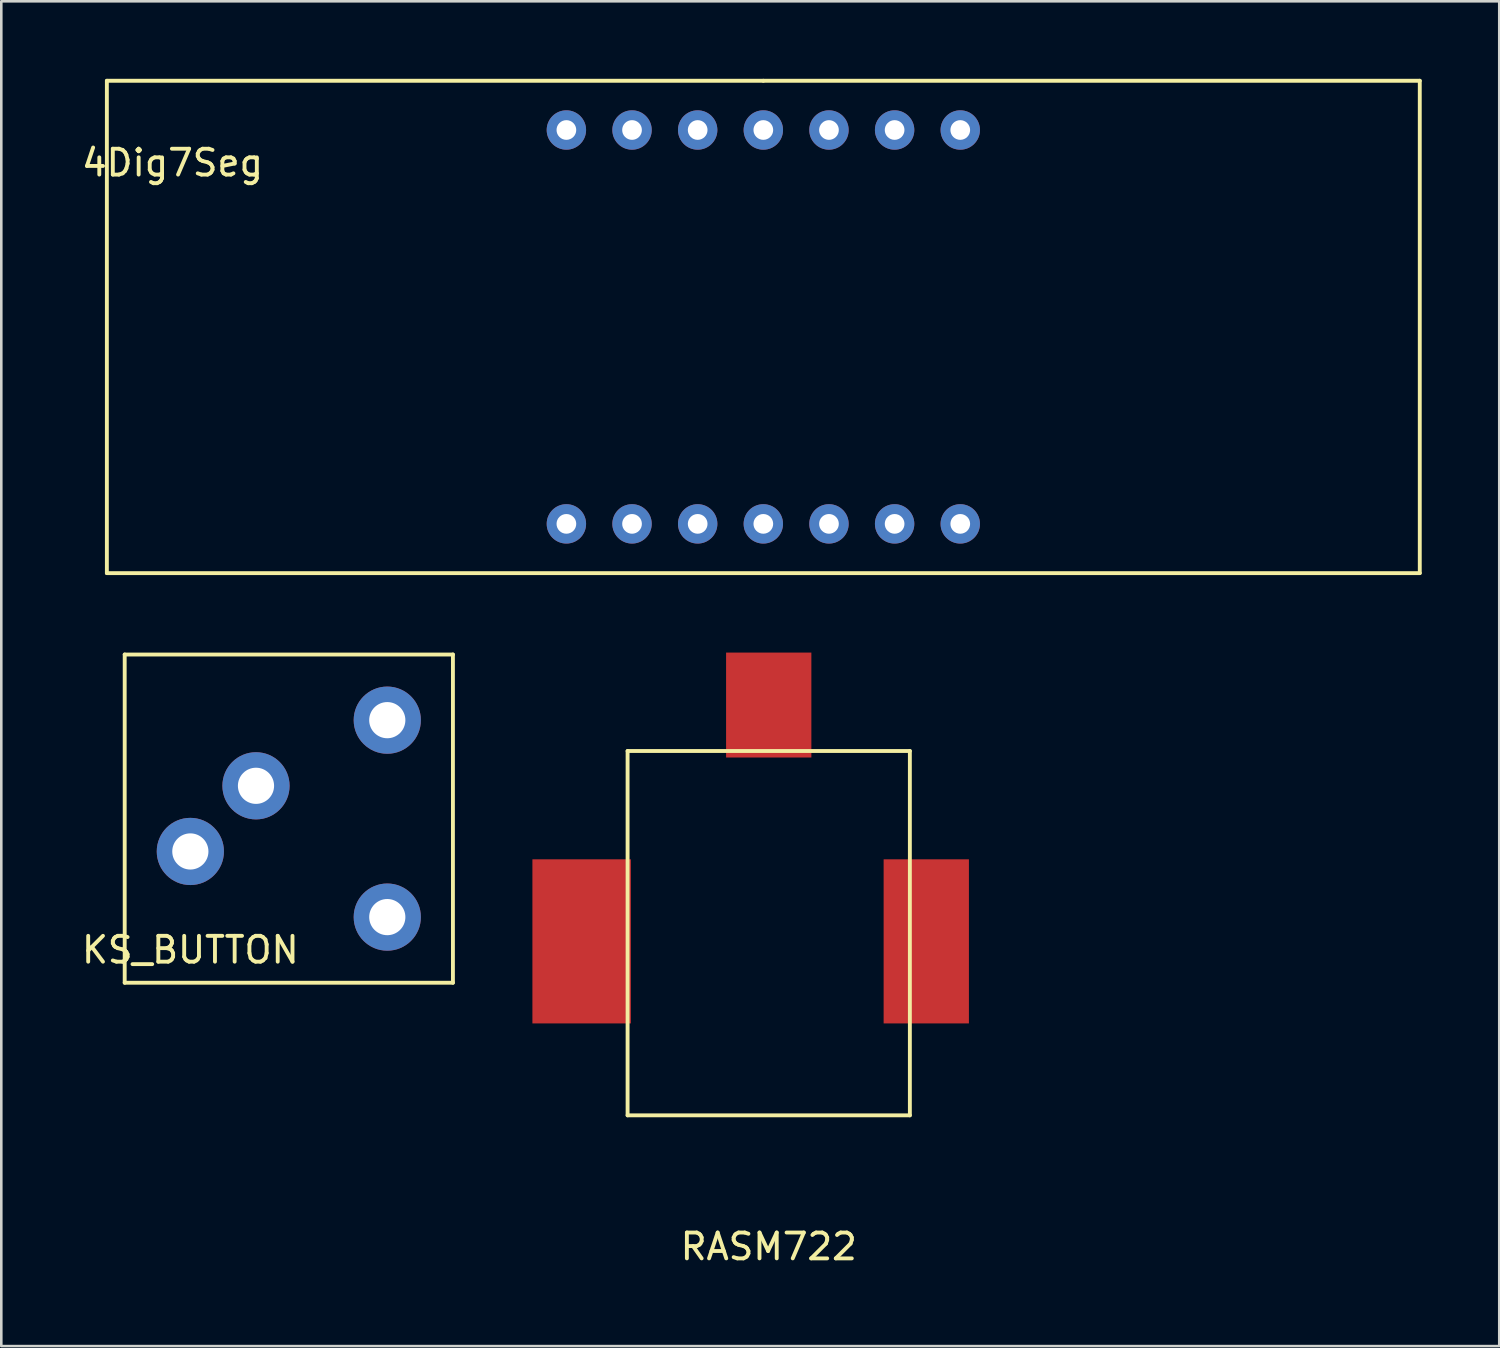
<source format=kicad_pcb>
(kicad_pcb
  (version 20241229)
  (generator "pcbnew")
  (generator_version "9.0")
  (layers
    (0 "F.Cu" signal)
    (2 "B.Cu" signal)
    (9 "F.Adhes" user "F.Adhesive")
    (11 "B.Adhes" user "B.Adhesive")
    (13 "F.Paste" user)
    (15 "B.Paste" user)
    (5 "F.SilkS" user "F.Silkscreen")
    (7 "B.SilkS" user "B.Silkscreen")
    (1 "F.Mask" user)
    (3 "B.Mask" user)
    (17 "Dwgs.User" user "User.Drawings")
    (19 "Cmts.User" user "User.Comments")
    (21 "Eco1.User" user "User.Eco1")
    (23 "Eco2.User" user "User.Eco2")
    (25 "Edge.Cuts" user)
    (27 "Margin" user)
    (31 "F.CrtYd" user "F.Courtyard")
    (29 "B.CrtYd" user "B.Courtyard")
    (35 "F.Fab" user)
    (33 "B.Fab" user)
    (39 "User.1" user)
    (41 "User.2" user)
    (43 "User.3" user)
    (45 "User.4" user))
  (footprint "4Dig7Seg"
    (layer "F.Cu")
    (at 26.485 9.6)
    (property "Reference" "4Dig7Seg" (at -22.86 -6.35 0) (layer "F.SilkS") (effects (font (size 1 1) (thickness 0.15))))
    (attr through_hole)
    (fp_line (start -25.4 -9.525) (end -25.4 9.525) (stroke (width 0.15) (type solid)) (layer "F.SilkS"))
    (fp_line (start -25.4 9.525) (end 25.4 9.525) (stroke (width 0.15) (type solid)) (layer "F.SilkS"))
    (fp_line (start 0 -9.525) (end -25.4 -9.525) (stroke (width 0.15) (type solid)) (layer "F.SilkS"))
    (fp_line (start 25.4 -9.525) (end 0 -9.525) (stroke (width 0.15) (type solid)) (layer "F.SilkS"))
    (fp_line (start 25.4 9.525) (end 25.4 -9.525) (stroke (width 0.15) (type solid)) (layer "F.SilkS"))
    (pad "1" thru_hole circle (at -7.62 7.62) (size 1.524 1.524) (drill 0.762) (layers "*.Cu" "*.Mask"))
    (pad "2" thru_hole circle (at -5.08 7.62) (size 1.524 1.524) (drill 0.762) (layers "*.Cu" "*.Mask"))
    (pad "3" thru_hole circle (at -2.54 7.62) (size 1.524 1.524) (drill 0.762) (layers "*.Cu" "*.Mask"))
    (pad "4" thru_hole circle (at 0 7.62) (size 1.524 1.524) (drill 0.762) (layers "*.Cu" "*.Mask"))
    (pad "5" thru_hole circle (at 2.54 7.62) (size 1.524 1.524) (drill 0.762) (layers "*.Cu" "*.Mask"))
    (pad "6" thru_hole circle (at 5.08 7.62) (size 1.524 1.524) (drill 0.762) (layers "*.Cu" "*.Mask"))
    (pad "7" thru_hole circle (at 7.62 7.62) (size 1.524 1.524) (drill 0.762) (layers "*.Cu" "*.Mask"))
    (pad "8" thru_hole circle (at 7.62 -7.62) (size 1.524 1.524) (drill 0.762) (layers "*.Cu" "*.Mask"))
    (pad "9" thru_hole circle (at 5.08 -7.62) (size 1.524 1.524) (drill 0.762) (layers "*.Cu" "*.Mask"))
    (pad "10" thru_hole circle (at 2.54 -7.62) (size 1.524 1.524) (drill 0.762) (layers "*.Cu" "*.Mask"))
    (pad "11" thru_hole circle (at 0 -7.62) (size 1.524 1.524) (drill 0.762) (layers "*.Cu" "*.Mask"))
    (pad "12" thru_hole circle (at -2.54 -7.62) (size 1.524 1.524) (drill 0.762) (layers "*.Cu" "*.Mask"))
    (pad "13" thru_hole circle (at -5.08 -7.62) (size 1.524 1.524) (drill 0.762) (layers "*.Cu" "*.Mask"))
    (pad "14" thru_hole circle (at -7.62 -7.62) (size 1.524 1.524) (drill 0.762) (layers "*.Cu" "*.Mask")))
  (footprint "RASM722"
    (layer "F.Cu")
    (at 26.694 40.105)
    (property "Reference" "RASM722" (at 0 5.08 0) (layer "F.SilkS") (effects (font (size 1 1) (thickness 0.15))))
    (attr through_hole)
    (fp_line (start -5.461 -14.097) (end -5.461 0) (stroke (width 0.15) (type solid)) (layer "F.SilkS"))
    (fp_line (start -5.461 0) (end 5.461 0) (stroke (width 0.15) (type solid)) (layer "F.SilkS"))
    (fp_line (start 5.461 -14.097) (end -5.461 -14.097) (stroke (width 0.15) (type solid)) (layer "F.SilkS"))
    (fp_line (start 5.461 0) (end 5.461 -14.097) (stroke (width 0.15) (type solid)) (layer "F.SilkS"))
    (pad "1" smd rect (at -7.239 -6.731) (size 3.81 6.35) (layers "F.Cu" "F.Mask" "F.Paste"))
    (pad "2" smd rect (at 6.096 -6.731) (size 3.3 6.35) (layers "F.Cu" "F.Mask" "F.Paste"))
    (pad "3" smd rect (at 0 -15.875) (size 3.3 4.06) (layers "F.Cu" "F.Mask" "F.Paste")))
  (footprint "KS_BUTTON"
    (layer "F.Cu")
    (at 6.855 32.435)
    (property "Reference" "KS_BUTTON" (at -2.54 1.27 0) (layer "F.SilkS") (effects (font (size 1 1) (thickness 0.15))))
    (attr through_hole)
    (fp_line (start -5.08 -10.16) (end -5.08 2.54) (stroke (width 0.15) (type solid)) (layer "F.SilkS"))
    (fp_line (start -5.08 2.54) (end 7.62 2.54) (stroke (width 0.15) (type solid)) (layer "F.SilkS"))
    (fp_line (start 7.62 -10.16) (end -5.08 -10.16) (stroke (width 0.15) (type solid)) (layer "F.SilkS"))
    (fp_line (start 7.62 2.54) (end 7.62 -10.16) (stroke (width 0.15) (type solid)) (layer "F.SilkS"))
    (pad "1" thru_hole circle (at -2.54 -2.54) (size 2.6 2.6) (drill 1.4) (layers "*.Cu" "*.Mask"))
    (pad "2" thru_hole circle (at 0 -5.08) (size 2.6 2.6) (drill 1.4) (layers "*.Cu" "*.Mask"))
    (pad "3" thru_hole circle (at 5.08 -7.62) (size 2.6 2.6) (drill 1.4) (layers "*.Cu" "*.Mask"))
    (pad "4" thru_hole circle (at 5.08 0) (size 2.6 2.6) (drill 1.4) (layers "*.Cu" "*.Mask")))
  (gr_rect
    (start -3 -3)
    (end 54.96 49.033)
    (stroke (width 0.1) (type default))
    (fill no)
    (layer "Edge.Cuts")))
</source>
